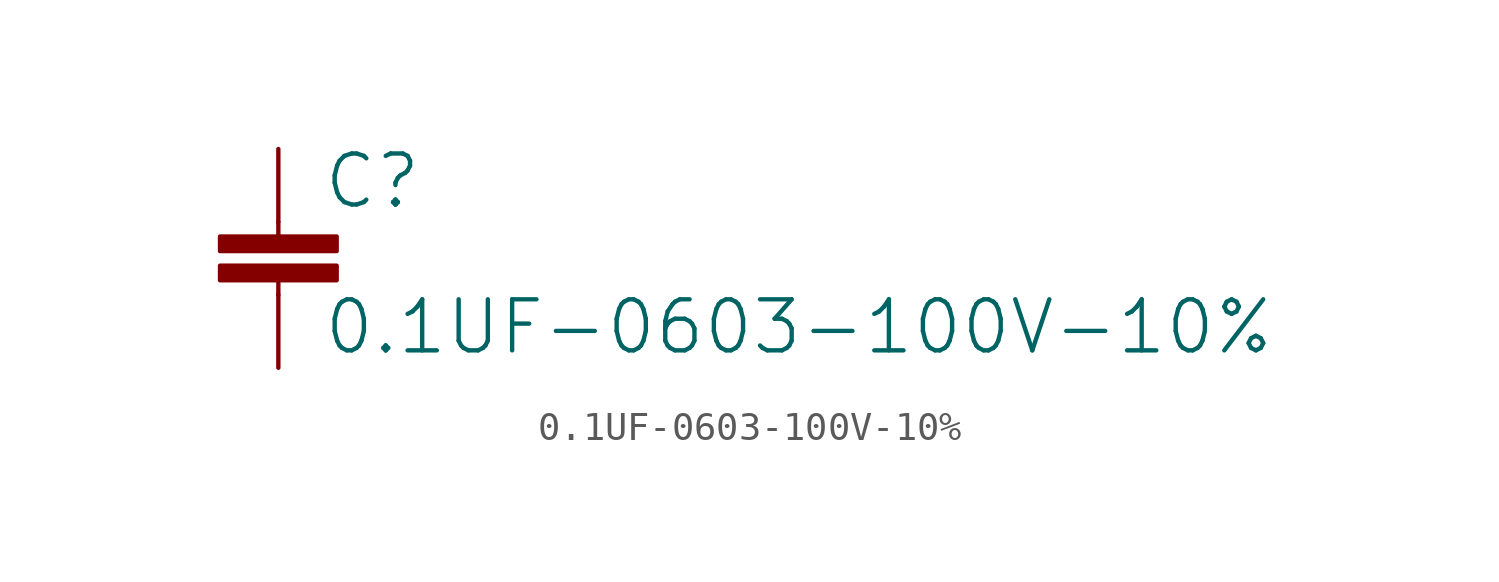
<source format=kicad_sym>
(kicad_symbol_lib
  (version 20211014)
  (generator kicad_symbol_editor)
  (symbol "0.1UF-0603-100V-10%"
    (property "Reference" "C"
      (at 1.524 2.921 0)
      (effects (font (size 1.778 1.778)) (justify left bottom)))
    (property "Value" "0.1UF-0603-100V-10%"
      (at 1.524 -2.159 0)
      (effects (font (size 1.778 1.778)) (justify left bottom)))
    (property "ki_locked" ""
      (at 0 0 0)
      (effects (font (size 1.27 1.27))))
    (symbol "0.1UF-0603-100V-10%_1_0"
      (rectangle (start -2.032 0.508) (end 2.032 1.016) (stroke (width 0) (type default) (color 0 0 0 0)) (fill (type outline)))
      (rectangle (start -2.032 1.524) (end 2.032 2.032) (stroke (width 0) (type default) (color 0 0 0 0)) (fill (type outline)))
      (polyline (pts (xy 0 0) (xy 0 0.508)) (stroke (width 0.152) (type default) (color 0 0 0 0)) (fill (type none)))
      (polyline (pts (xy 0 2.54) (xy 0 2.032)) (stroke (width 0.152) (type default) (color 0 0 0 0)) (fill (type none)))
      (pin passive line (at 0 5.08 270) (length 2.54) (name "1" (effects (font (size 0 0)))) (number "1" (effects (font (size 0 0)))))
      (pin passive line (at 0 -2.54 90) (length 2.54) (name "2" (effects (font (size 0 0)))) (number "2" (effects (font (size 0 0))))))))
</source>
